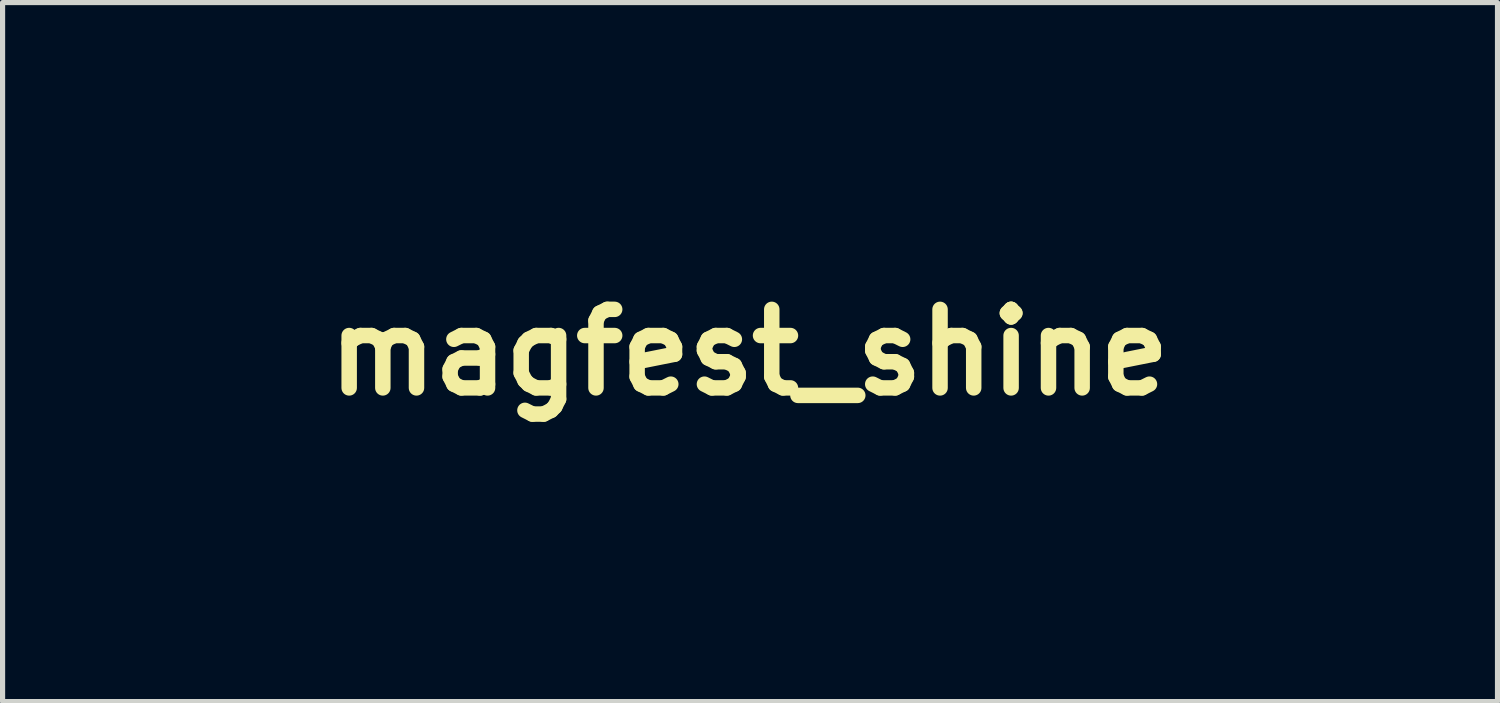
<source format=kicad_pcb>
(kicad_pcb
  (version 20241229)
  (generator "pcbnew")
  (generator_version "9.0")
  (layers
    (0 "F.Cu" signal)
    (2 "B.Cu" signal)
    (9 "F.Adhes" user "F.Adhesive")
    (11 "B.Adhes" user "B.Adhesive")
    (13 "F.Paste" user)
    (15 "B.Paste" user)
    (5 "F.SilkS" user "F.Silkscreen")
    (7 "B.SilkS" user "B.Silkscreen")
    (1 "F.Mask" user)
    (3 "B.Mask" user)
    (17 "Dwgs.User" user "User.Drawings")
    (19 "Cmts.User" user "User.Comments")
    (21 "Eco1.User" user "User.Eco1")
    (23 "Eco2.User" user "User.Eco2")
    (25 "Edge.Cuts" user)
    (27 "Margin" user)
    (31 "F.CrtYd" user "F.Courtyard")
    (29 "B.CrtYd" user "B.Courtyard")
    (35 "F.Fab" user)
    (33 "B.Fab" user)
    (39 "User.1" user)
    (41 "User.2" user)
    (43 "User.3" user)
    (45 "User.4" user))
  (footprint "magfest_shine"
    (layer "F.Cu")
    (at 11.491 3.788)
    (property "Reference" "magfest_shine" (at 0 0 0) (layer "F.SilkS") (effects (font (size 1.524 1.524) (thickness 0.3))))
    (attr through_hole)
    (fp_poly (pts (xy 10.509 -2.822) (xy 10.752 -2.821) (xy 10.971 -2.82) (xy 11.161 -2.818) (xy 11.316 -2.816) (xy 11.43 -2.813) (xy 11.498 -2.811) (xy 11.515 -2.809) (xy 11.505 -2.779) (xy 11.478 -2.707) (xy 11.438 -2.604) (xy 11.389 -2.48) (xy 11.335 -2.345) (xy 11.281 -2.21) (xy 11.23 -2.084) (xy 11.187 -1.979) (xy 11.155 -1.905) (xy 11.146 -1.884) (xy 11.11 -1.806) (xy 10.259 -1.805) (xy 9.581 -0.121) (xy 9.463 0.174) (xy 9.349 0.456) (xy 9.242 0.721) (xy 9.145 0.962) (xy 9.058 1.176) (xy 8.984 1.358) (xy 8.925 1.503) (xy 8.883 1.607) (xy 8.859 1.664) (xy 8.856 1.67) (xy 8.808 1.778) (xy 8.278 1.776) (xy 7.747 1.775) (xy 7.843 1.699) (xy 7.892 1.659) (xy 7.936 1.623) (xy 7.975 1.586) (xy 8.012 1.544) (xy 8.049 1.493) (xy 8.088 1.429) (xy 8.132 1.347) (xy 8.181 1.242) (xy 8.239 1.112) (xy 8.307 0.952) (xy 8.388 0.757) (xy 8.483 0.523) (xy 8.595 0.247) (xy 8.726 -0.077) (xy 8.757 -0.155) (xy 9.417 -1.792) (xy 8.996 -1.8) (xy 8.825 -1.804) (xy 8.704 -1.81) (xy 8.629 -1.819) (xy 8.593 -1.83) (xy 8.588 -1.842) (xy 8.602 -1.879) (xy 8.634 -1.958) (xy 8.68 -2.072) (xy 8.735 -2.211) (xy 8.791 -2.349) (xy 8.98 -2.822) (xy 10.248 -2.822) (xy 10.509 -2.822)) (stroke (width 0.01) (type solid)) (fill yes) (layer "F.Mask"))
    (fp_poly (pts (xy 6.112 -2.687) (xy 5.919 -2.55) (xy 5.627 -1.82) (xy 4.863 -1.813) (xy 4.098 -1.805) (xy 3.965 -1.474) (xy 3.913 -1.345) (xy 3.868 -1.234) (xy 3.835 -1.151) (xy 3.818 -1.109) (xy 3.818 -1.108) (xy 3.825 -1.096) (xy 3.861 -1.086) (xy 3.931 -1.08) (xy 4.04 -1.075) (xy 4.195 -1.073) (xy 4.401 -1.072) (xy 4.402 -1.072) (xy 4.578 -1.071) (xy 4.733 -1.069) (xy 4.858 -1.065) (xy 4.946 -1.059) (xy 4.988 -1.053) (xy 4.991 -1.051) (xy 4.978 -1.019) (xy 4.947 -0.943) (xy 4.902 -0.832) (xy 4.847 -0.695) (xy 4.786 -0.543) (xy 4.59 -0.056) (xy 3.394 -0.056) (xy 3.235 0.332) (xy 3.179 0.469) (xy 3.132 0.588) (xy 3.097 0.679) (xy 3.078 0.732) (xy 3.076 0.741) (xy 3.103 0.746) (xy 3.179 0.752) (xy 3.297 0.756) (xy 3.45 0.759) (xy 3.629 0.761) (xy 3.827 0.762) (xy 4.052 0.762) (xy 4.227 0.763) (xy 4.358 0.765) (xy 4.451 0.769) (xy 4.511 0.774) (xy 4.546 0.782) (xy 4.561 0.792) (xy 4.562 0.806) (xy 4.56 0.811) (xy 4.544 0.853) (xy 4.51 0.937) (xy 4.463 1.054) (xy 4.406 1.195) (xy 4.355 1.319) (xy 4.169 1.778) (xy 2.889 1.778) (xy 2.626 1.778) (xy 2.382 1.776) (xy 2.161 1.774) (xy 1.97 1.772) (xy 1.813 1.768) (xy 1.698 1.765) (xy 1.628 1.76) (xy 1.61 1.757) (xy 1.632 1.731) (xy 1.688 1.685) (xy 1.76 1.632) (xy 1.91 1.528) (xy 2.786 -0.64) (xy 3.661 -2.808) (xy 4.983 -2.815) (xy 6.305 -2.823) (xy 6.112 -2.687)) (stroke (width 0.01) (type solid)) (fill yes) (layer "F.Mask"))
    (fp_poly (pts (xy 2.572 -3.781) (xy 2.826 -3.78) (xy 3.057 -3.779) (xy 3.258 -3.776) (xy 3.426 -3.774) (xy 3.554 -3.771) (xy 3.636 -3.767) (xy 3.669 -3.764) (xy 3.669 -3.763) (xy 3.659 -3.728) (xy 3.63 -3.651) (xy 3.587 -3.541) (xy 3.533 -3.406) (xy 3.472 -3.254) (xy 3.406 -3.095) (xy 3.34 -2.936) (xy 3.278 -2.787) (xy 3.222 -2.656) (xy 3.176 -2.551) (xy 3.143 -2.481) (xy 3.129 -2.455) (xy 3.128 -2.455) (xy 3.104 -2.478) (xy 3.065 -2.534) (xy 3.045 -2.568) (xy 2.981 -2.681) (xy 1.644 -2.681) (xy 1.402 -2.081) (xy 1.332 -1.907) (xy 1.268 -1.748) (xy 1.214 -1.613) (xy 1.172 -1.51) (xy 1.147 -1.446) (xy 1.142 -1.432) (xy 1.139 -1.418) (xy 1.148 -1.406) (xy 1.174 -1.398) (xy 1.224 -1.391) (xy 1.303 -1.387) (xy 1.418 -1.385) (xy 1.574 -1.383) (xy 1.778 -1.383) (xy 1.897 -1.383) (xy 2.101 -1.382) (xy 2.285 -1.381) (xy 2.444 -1.378) (xy 2.569 -1.375) (xy 2.652 -1.371) (xy 2.687 -1.367) (xy 2.688 -1.367) (xy 2.682 -1.338) (xy 2.657 -1.266) (xy 2.618 -1.159) (xy 2.568 -1.026) (xy 2.509 -0.876) (xy 2.447 -0.718) (xy 2.383 -0.559) (xy 2.322 -0.41) (xy 2.267 -0.278) (xy 2.222 -0.172) (xy 2.189 -0.102) (xy 2.174 -0.076) (xy 2.148 -0.083) (xy 2.109 -0.128) (xy 2.093 -0.153) (xy 2.034 -0.254) (xy 0.663 -0.254) (xy 0.306 0.628) (xy -0.051 1.51) (xy 0.017 1.628) (xy 0.057 1.7) (xy 0.081 1.75) (xy 0.085 1.762) (xy 0.058 1.767) (xy -0.017 1.771) (xy -0.131 1.775) (xy -0.277 1.777) (xy -0.445 1.778) (xy -0.48 1.778) (xy -0.651 1.777) (xy -0.802 1.775) (xy -0.923 1.772) (xy -1.006 1.768) (xy -1.043 1.763) (xy -1.044 1.762) (xy -1.034 1.734) (xy -1.004 1.658) (xy -0.955 1.536) (xy -0.89 1.372) (xy -0.809 1.17) (xy -0.714 0.934) (xy -0.606 0.666) (xy -0.488 0.37) (xy -0.359 0.051) (xy -0.222 -0.29) (xy -0.077 -0.647) (xy 0.018 -0.884) (xy 1.081 -3.514) (xy 1.006 -3.648) (xy 0.931 -3.782) (xy 2.3 -3.782) (xy 2.572 -3.781)) (stroke (width 0.01) (type solid)) (fill yes) (layer "F.Mask"))
    (fp_poly (pts (xy -3.602 -2.821) (xy -3.034 -2.82) (xy -3.109 -2.764) (xy -3.145 -2.739) (xy -3.175 -2.717) (xy -3.202 -2.696) (xy -3.226 -2.671) (xy -3.249 -2.638) (xy -3.27 -2.593) (xy -3.291 -2.533) (xy -3.312 -2.454) (xy -3.336 -2.353) (xy -3.362 -2.224) (xy -3.391 -2.066) (xy -3.425 -1.872) (xy -3.464 -1.641) (xy -3.509 -1.368) (xy -3.561 -1.05) (xy -3.621 -0.681) (xy -3.664 -0.423) (xy -4.022 1.764) (xy -4.444 1.772) (xy -4.594 1.774) (xy -4.725 1.774) (xy -4.827 1.772) (xy -4.887 1.769) (xy -4.899 1.767) (xy -4.91 1.744) (xy -4.91 1.683) (xy -4.897 1.58) (xy -4.872 1.428) (xy -4.866 1.392) (xy -4.841 1.254) (xy -4.82 1.134) (xy -4.806 1.045) (xy -4.799 0.998) (xy -4.799 0.995) (xy -4.812 0.981) (xy -4.858 0.971) (xy -4.941 0.965) (xy -5.069 0.961) (xy -5.246 0.96) (xy -5.256 0.96) (xy -5.715 0.961) (xy -5.938 1.32) (xy -6.02 1.45) (xy -6.094 1.566) (xy -6.155 1.659) (xy -6.195 1.717) (xy -6.204 1.729) (xy -6.225 1.746) (xy -6.258 1.76) (xy -6.311 1.768) (xy -6.393 1.774) (xy -6.512 1.777) (xy -6.677 1.778) (xy -6.749 1.778) (xy -6.911 1.777) (xy -7.051 1.774) (xy -7.161 1.769) (xy -7.231 1.763) (xy -7.253 1.757) (xy -7.231 1.731) (xy -7.176 1.686) (xy -7.126 1.651) (xy -7.102 1.632) (xy -7.073 1.605) (xy -7.038 1.566) (xy -6.996 1.512) (xy -6.943 1.441) (xy -6.878 1.35) (xy -6.8 1.236) (xy -6.705 1.095) (xy -6.593 0.926) (xy -6.461 0.725) (xy -6.307 0.489) (xy -6.13 0.216) (xy -5.986 -0.006) (xy -5.101 -0.006) (xy -5.096 0.012) (xy -5.058 0.022) (xy -4.979 0.025) (xy -4.865 0.022) (xy -4.615 0.014) (xy -4.528 -0.452) (xy -4.497 -0.616) (xy -4.468 -0.769) (xy -4.444 -0.9) (xy -4.426 -0.994) (xy -4.42 -1.03) (xy -4.418 -1.059) (xy -4.429 -1.061) (xy -4.456 -1.033) (xy -4.501 -0.97) (xy -4.568 -0.87) (xy -4.658 -0.728) (xy -4.743 -0.593) (xy -4.842 -0.434) (xy -4.931 -0.289) (xy -5.006 -0.167) (xy -5.062 -0.074) (xy -5.095 -0.018) (xy -5.101 -0.006) (xy -5.986 -0.006) (xy -5.927 -0.098) (xy -5.696 -0.455) (xy -5.585 -0.628) (xy -4.17 -2.822) (xy -3.602 -2.821)) (stroke (width 0.01) (type solid)) (fill yes) (layer "F.Mask"))
    (fp_poly (pts (xy -0.486 -2.816) (xy -0.452 -2.816) (xy 0.466 -2.808) (xy 0.305 -2.695) (xy 0.242 -2.65) (xy 0.194 -2.609) (xy 0.154 -2.562) (xy 0.117 -2.498) (xy 0.075 -2.409) (xy 0.023 -2.282) (xy -0.01 -2.202) (xy -0.165 -1.82) (xy -0.896 -1.806) (xy -1.127 -1.802) (xy -1.309 -1.797) (xy -1.448 -1.79) (xy -1.551 -1.78) (xy -1.625 -1.766) (xy -1.677 -1.744) (xy -1.714 -1.715) (xy -1.742 -1.676) (xy -1.769 -1.626) (xy -1.781 -1.604) (xy -1.807 -1.546) (xy -1.851 -1.444) (xy -1.909 -1.306) (xy -1.978 -1.139) (xy -2.056 -0.949) (xy -2.14 -0.744) (xy -2.226 -0.529) (xy -2.313 -0.313) (xy -2.397 -0.102) (xy -2.476 0.097) (xy -2.547 0.277) (xy -2.607 0.431) (xy -2.653 0.552) (xy -2.683 0.634) (xy -2.693 0.666) (xy -2.701 0.722) (xy -2.691 0.762) (xy -2.658 0.789) (xy -2.594 0.806) (xy -2.492 0.813) (xy -2.344 0.814) (xy -2.228 0.812) (xy -1.824 0.804) (xy -1.661 0.409) (xy -1.604 0.27) (xy -1.556 0.15) (xy -1.52 0.058) (xy -1.5 0.003) (xy -1.497 -0.007) (xy -1.523 -0.015) (xy -1.595 -0.021) (xy -1.704 -0.026) (xy -1.838 -0.028) (xy -1.884 -0.028) (xy -2.272 -0.028) (xy -2.087 -0.16) (xy -2.007 -0.218) (xy -1.95 -0.267) (xy -1.907 -0.319) (xy -1.869 -0.388) (xy -1.826 -0.486) (xy -1.781 -0.597) (xy -1.66 -0.903) (xy -0.291 -0.903) (xy -1.369 1.764) (xy -1.736 1.782) (xy -1.879 1.787) (xy -2.063 1.793) (xy -2.273 1.797) (xy -2.493 1.801) (xy -2.708 1.803) (xy -2.738 1.803) (xy -2.948 1.804) (xy -3.111 1.803) (xy -3.232 1.799) (xy -3.322 1.794) (xy -3.386 1.785) (xy -3.433 1.773) (xy -3.471 1.757) (xy -3.553 1.699) (xy -3.626 1.622) (xy -3.636 1.609) (xy -3.669 1.555) (xy -3.687 1.502) (xy -3.694 1.435) (xy -3.692 1.336) (xy -3.688 1.27) (xy -3.646 0.981) (xy -3.59 0.79) (xy -3.558 0.702) (xy -3.508 0.571) (xy -3.443 0.406) (xy -3.366 0.212) (xy -3.28 -0.004) (xy -3.188 -0.234) (xy -3.092 -0.472) (xy -2.995 -0.712) (xy -2.9 -0.945) (xy -2.809 -1.166) (xy -2.726 -1.368) (xy -2.652 -1.544) (xy -2.592 -1.686) (xy -2.548 -1.789) (xy -2.524 -1.84) (xy -2.354 -2.137) (xy -2.168 -2.381) (xy -1.967 -2.571) (xy -1.752 -2.708) (xy -1.522 -2.791) (xy -1.502 -2.795) (xy -1.437 -2.803) (xy -1.321 -2.809) (xy -1.162 -2.813) (xy -0.965 -2.816) (xy -0.738 -2.817) (xy -0.486 -2.816)) (stroke (width 0.01) (type solid)) (fill yes) (layer "F.Mask"))
    (fp_poly (pts (xy -8.057 -3.634) (xy -8.062 -3.575) (xy -8.07 -3.465) (xy -8.08 -3.313) (xy -8.092 -3.125) (xy -8.105 -2.907) (xy -8.119 -2.666) (xy -8.135 -2.41) (xy -8.143 -2.272) (xy -8.158 -2.012) (xy -8.172 -1.766) (xy -8.185 -1.54) (xy -8.197 -1.342) (xy -8.207 -1.177) (xy -8.214 -1.053) (xy -8.219 -0.974) (xy -8.221 -0.953) (xy -8.221 -0.891) (xy -8.214 -0.867) (xy -8.21 -0.869) (xy -8.19 -0.894) (xy -8.14 -0.961) (xy -8.061 -1.066) (xy -7.958 -1.204) (xy -7.832 -1.372) (xy -7.687 -1.566) (xy -7.526 -1.782) (xy -7.351 -2.016) (xy -7.166 -2.265) (xy -7.113 -2.335) (xy -6.035 -3.782) (xy -5.445 -3.782) (xy -5.269 -3.781) (xy -5.114 -3.78) (xy -4.988 -3.777) (xy -4.9 -3.774) (xy -4.857 -3.771) (xy -4.854 -3.769) (xy -4.876 -3.748) (xy -4.932 -3.705) (xy -5.011 -3.647) (xy -5.019 -3.642) (xy -5.184 -3.526) (xy -6.195 -1.022) (xy -6.341 -0.661) (xy -6.481 -0.313) (xy -6.616 0.019) (xy -6.742 0.331) (xy -6.858 0.619) (xy -6.964 0.879) (xy -7.056 1.106) (xy -7.134 1.298) (xy -7.196 1.451) (xy -7.241 1.56) (xy -7.267 1.621) (xy -7.27 1.63) (xy -7.335 1.778) (xy -7.774 1.778) (xy -7.924 1.777) (xy -8.052 1.774) (xy -8.148 1.77) (xy -8.203 1.765) (xy -8.213 1.762) (xy -8.202 1.733) (xy -8.173 1.657) (xy -8.126 1.538) (xy -8.064 1.382) (xy -7.988 1.192) (xy -7.901 0.974) (xy -7.804 0.733) (xy -7.699 0.473) (xy -7.636 0.315) (xy -7.526 0.043) (xy -7.421 -0.217) (xy -7.324 -0.458) (xy -7.236 -0.676) (xy -7.159 -0.866) (xy -7.097 -1.021) (xy -7.05 -1.138) (xy -7.021 -1.21) (xy -7.014 -1.228) (xy -7.001 -1.258) (xy -6.991 -1.284) (xy -6.985 -1.301) (xy -6.987 -1.306) (xy -6.999 -1.296) (xy -7.023 -1.268) (xy -7.063 -1.218) (xy -7.122 -1.143) (xy -7.201 -1.039) (xy -7.305 -0.904) (xy -7.434 -0.733) (xy -7.593 -0.524) (xy -7.761 -0.301) (xy -8.481 0.648) (xy -8.84 0.649) (xy -9.199 0.649) (xy -9.186 0.529) (xy -9.182 0.468) (xy -9.175 0.36) (xy -9.167 0.214) (xy -9.159 0.039) (xy -9.15 -0.155) (xy -9.144 -0.31) (xy -9.135 -0.515) (xy -9.126 -0.708) (xy -9.118 -0.881) (xy -9.11 -1.023) (xy -9.103 -1.126) (xy -9.099 -1.171) (xy -9.094 -1.246) (xy -9.097 -1.289) (xy -9.103 -1.292) (xy -9.117 -1.263) (xy -9.15 -1.186) (xy -9.2 -1.066) (xy -9.266 -0.908) (xy -9.344 -0.717) (xy -9.435 -0.496) (xy -9.534 -0.251) (xy -9.642 0.013) (xy -9.736 0.246) (xy -10.349 1.764) (xy -10.917 1.772) (xy -11.09 1.773) (xy -11.241 1.772) (xy -11.363 1.769) (xy -11.447 1.765) (xy -11.484 1.759) (xy -11.486 1.757) (xy -11.464 1.732) (xy -11.406 1.686) (xy -11.325 1.628) (xy -11.318 1.623) (xy -11.15 1.51) (xy -10.965 1.058) (xy -10.926 0.961) (xy -10.867 0.817) (xy -10.791 0.63) (xy -10.7 0.405) (xy -10.596 0.148) (xy -10.481 -0.136) (xy -10.357 -0.443) (xy -10.226 -0.768) (xy -10.089 -1.105) (xy -9.95 -1.45) (xy -9.897 -1.58) (xy -9.014 -3.768) (xy -8.043 -3.783) (xy -8.057 -3.634)) (stroke (width 0.01) (type solid)) (fill yes) (layer "F.Mask"))
    (fp_poly (pts (xy 7.8 -2.817) (xy 7.908 -2.816) (xy 8.714 -2.808) (xy 8.515 -2.307) (xy 8.315 -1.806) (xy 6.907 -1.806) (xy 6.818 -1.712) (xy 6.758 -1.631) (xy 6.698 -1.519) (xy 6.643 -1.395) (xy 6.602 -1.274) (xy 6.581 -1.175) (xy 6.581 -1.137) (xy 6.59 -1.058) (xy 7.098 -1.044) (xy 7.286 -1.037) (xy 7.426 -1.031) (xy 7.528 -1.022) (xy 7.601 -1.011) (xy 7.654 -0.996) (xy 7.696 -0.976) (xy 7.702 -0.973) (xy 7.822 -0.875) (xy 7.897 -0.749) (xy 7.926 -0.591) (xy 7.911 -0.401) (xy 7.891 -0.309) (xy 7.868 -0.236) (xy 7.827 -0.119) (xy 7.77 0.035) (xy 7.7 0.219) (xy 7.62 0.426) (xy 7.533 0.647) (xy 7.443 0.875) (xy 7.351 1.103) (xy 7.261 1.324) (xy 7.177 1.529) (xy 7.1 1.712) (xy 7.034 1.865) (xy 6.983 1.98) (xy 6.964 2.018) (xy 6.856 2.218) (xy 6.734 2.406) (xy 6.587 2.596) (xy 6.405 2.802) (xy 6.38 2.828) (xy 6.134 3.068) (xy 5.886 3.265) (xy 5.623 3.422) (xy 5.338 3.546) (xy 5.019 3.642) (xy 4.671 3.712) (xy 4.53 3.73) (xy 4.35 3.746) (xy 4.149 3.758) (xy 3.943 3.767) (xy 3.747 3.771) (xy 3.58 3.769) (xy 3.485 3.764) (xy 2.868 3.696) (xy 2.243 3.59) (xy 1.599 3.443) (xy 1.296 3.362) (xy 1.028 3.289) (xy 0.802 3.232) (xy 0.603 3.189) (xy 0.42 3.159) (xy 0.24 3.139) (xy 0.05 3.127) (xy -0.163 3.121) (xy -0.296 3.121) (xy -0.506 3.121) (xy -0.674 3.125) (xy -0.812 3.133) (xy -0.936 3.146) (xy -1.058 3.166) (xy -1.144 3.182) (xy -1.413 3.245) (xy -1.672 3.32) (xy -1.906 3.404) (xy -2.083 3.483) (xy -2.165 3.523) (xy -2.206 3.538) (xy -2.215 3.53) (xy -2.202 3.501) (xy -2.173 3.463) (xy -2.11 3.393) (xy -2.022 3.298) (xy -1.914 3.185) (xy -1.798 3.068) (xy -1.495 2.778) (xy -1.208 2.535) (xy -0.929 2.334) (xy -0.651 2.171) (xy -0.368 2.041) (xy -0.071 1.939) (xy 0.018 1.915) (xy 0.121 1.889) (xy 0.216 1.871) (xy 0.316 1.86) (xy 0.435 1.853) (xy 0.586 1.85) (xy 0.748 1.85) (xy 0.915 1.853) (xy 1.073 1.86) (xy 1.228 1.873) (xy 1.389 1.894) (xy 1.562 1.923) (xy 1.754 1.962) (xy 1.973 2.012) (xy 2.226 2.075) (xy 2.52 2.151) (xy 2.801 2.227) (xy 3.104 2.307) (xy 3.361 2.372) (xy 3.582 2.422) (xy 3.775 2.46) (xy 3.95 2.485) (xy 4.113 2.501) (xy 4.276 2.508) (xy 4.445 2.507) (xy 4.529 2.505) (xy 4.72 2.495) (xy 4.87 2.482) (xy 4.992 2.462) (xy 5.102 2.434) (xy 5.122 2.427) (xy 5.394 2.323) (xy 5.648 2.19) (xy 5.874 2.037) (xy 6.06 1.871) (xy 6.146 1.771) (xy 6.197 1.701) (xy 6.245 1.629) (xy 6.291 1.549) (xy 6.34 1.454) (xy 6.395 1.336) (xy 6.46 1.188) (xy 6.536 1.004) (xy 6.629 0.777) (xy 6.66 0.7) (xy 6.915 0.071) (xy 6.414 0.055) (xy 6.226 0.048) (xy 6.084 0.041) (xy 5.979 0.031) (xy 5.9 0.019) (xy 5.837 0.002) (xy 5.779 -0.021) (xy 5.777 -0.022) (xy 5.656 -0.102) (xy 5.577 -0.217) (xy 5.54 -0.367) (xy 5.541 -0.528) (xy 5.567 -0.681) (xy 5.617 -0.871) (xy 5.688 -1.09) (xy 5.775 -1.325) (xy 5.876 -1.566) (xy 5.983 -1.795) (xy 6.135 -2.077) (xy 6.29 -2.307) (xy 6.45 -2.489) (xy 6.622 -2.629) (xy 6.809 -2.73) (xy 6.945 -2.778) (xy 7 -2.791) (xy 7.066 -2.802) (xy 7.149 -2.809) (xy 7.257 -2.814) (xy 7.397 -2.817) (xy 7.575 -2.818) (xy 7.8 -2.817)) (stroke (width 0.01) (type solid)) (fill yes) (layer "F.Mask")))
  (gr_rect
    (start -3 -3)
    (end 26.01 10.564)
    (stroke (width 0.1) (type default))
    (fill no)
    (layer "Edge.Cuts")))
</source>
